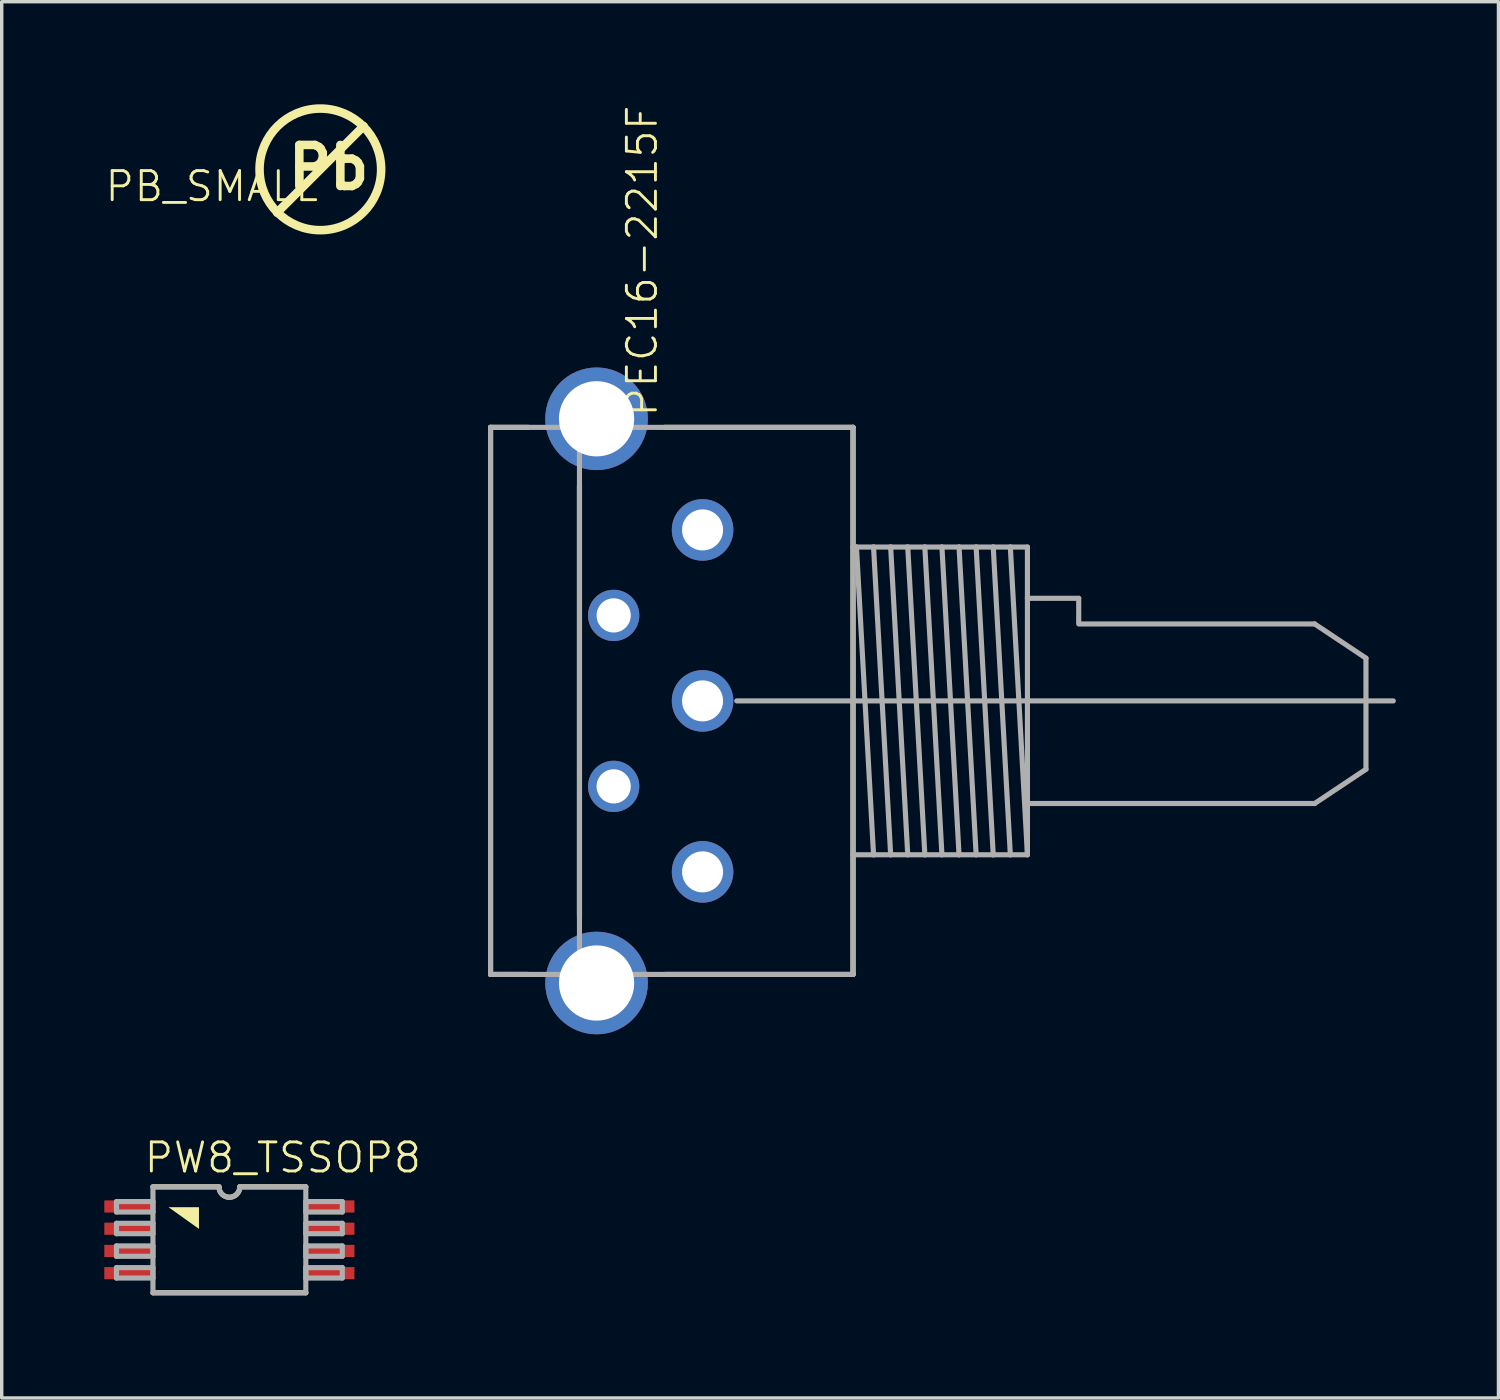
<source format=kicad_pcb>
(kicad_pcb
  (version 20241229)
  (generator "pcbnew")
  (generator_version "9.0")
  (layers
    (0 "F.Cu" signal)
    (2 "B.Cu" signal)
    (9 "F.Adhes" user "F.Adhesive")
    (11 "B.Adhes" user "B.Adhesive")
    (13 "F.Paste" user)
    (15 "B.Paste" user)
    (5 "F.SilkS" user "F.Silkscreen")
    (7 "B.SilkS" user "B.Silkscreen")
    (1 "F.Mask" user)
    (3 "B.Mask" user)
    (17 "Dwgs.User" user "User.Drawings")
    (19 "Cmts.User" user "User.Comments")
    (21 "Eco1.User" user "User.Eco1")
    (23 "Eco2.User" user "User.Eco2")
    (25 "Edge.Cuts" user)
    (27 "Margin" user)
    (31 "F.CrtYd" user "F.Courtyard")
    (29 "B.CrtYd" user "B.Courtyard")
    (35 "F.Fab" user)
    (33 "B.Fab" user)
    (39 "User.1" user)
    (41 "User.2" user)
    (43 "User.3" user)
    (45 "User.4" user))
  (footprint "PB_SMALL"
    (layer "F.Cu")
    (at 6.318 1.903)
    (property "Reference" "PB_SMALL" (at 0 0 0) (layer "F.SilkS") (effects (font (size 0.85 0.85) (thickness 0.085)) (justify right top)))
    (attr through_hole)
    (fp_line (start -1.265 1.265) (end 1.265 -1.265) (stroke (width 0.25) (type solid)) (layer "F.SilkS"))
    (fp_circle (center 0 0) (end 1.778 0) (stroke (width 0.25) (type solid)) (fill no) (layer "F.SilkS"))
    (fp_text user "Pb" (at -1.065 0.646 0) (layer "F.SilkS") (effects (font (size 1.2 1.2) (thickness 0.25)) (justify left bottom))))
  (footprint "PEC16-2215F"
    (layer "F.Cu")
    (at 17.496 17.447)
    (property "Reference" "PEC16-2215F" (at -1.27 -8.255 90) (layer "F.SilkS") (effects (font (size 0.85 0.85) (thickness 0.085)) (justify left bottom)))
    (attr through_hole)
    (fp_line (start -6.2 -8) (end -6.2 8) (stroke (width 0.15) (type solid)) (layer "F.SilkS"))
    (fp_line (start -6.2 -8) (end -5.1 -8) (stroke (width 0.15) (type solid)) (layer "F.SilkS"))
    (fp_line (start -6.2 8) (end -5.1 8) (stroke (width 0.15) (type solid)) (layer "F.SilkS"))
    (fp_line (start -3.6 -6.3) (end -3.6 6.3) (stroke (width 0.15) (type solid)) (layer "F.SilkS"))
    (fp_line (start -1.1 -8) (end 4.4 -8) (stroke (width 0.15) (type solid)) (layer "F.SilkS"))
    (fp_line (start -1.1 8) (end 4.4 8) (stroke (width 0.15) (type solid)) (layer "F.SilkS"))
    (fp_line (start 4.4 -8) (end 4.4 8) (stroke (width 0.15) (type solid)) (layer "F.SilkS"))
    (fp_line (start -6.2 -8) (end -6.2 8) (stroke (width 0.15) (type solid)) (layer "F.Fab"))
    (fp_line (start -6.2 -8) (end -3.6 -8) (stroke (width 0.15) (type solid)) (layer "F.Fab"))
    (fp_line (start -6.2 8) (end -3.6 8) (stroke (width 0.15) (type solid)) (layer "F.Fab"))
    (fp_line (start -3.6 -8) (end -3.6 8) (stroke (width 0.15) (type solid)) (layer "F.Fab"))
    (fp_line (start -3.6 -8) (end 4.4 -8) (stroke (width 0.15) (type solid)) (layer "F.Fab"))
    (fp_line (start -3.6 8) (end 4.4 8) (stroke (width 0.15) (type solid)) (layer "F.Fab"))
    (fp_line (start 1 0) (end 20.2 0) (stroke (width 0.15) (type solid)) (layer "F.Fab"))
    (fp_line (start 4.4 -8) (end 4.4 -4.5) (stroke (width 0.15) (type solid)) (layer "F.Fab"))
    (fp_line (start 4.4 -4.5) (end 4.4 4.5) (stroke (width 0.15) (type solid)) (layer "F.Fab"))
    (fp_line (start 4.4 -4.5) (end 4.5 -4.5) (stroke (width 0.15) (type solid)) (layer "F.Fab"))
    (fp_line (start 4.4 4.5) (end 4.4 8) (stroke (width 0.15) (type solid)) (layer "F.Fab"))
    (fp_line (start 4.4 4.5) (end 5 4.5) (stroke (width 0.15) (type solid)) (layer "F.Fab"))
    (fp_line (start 4.5 -4.5) (end 5 -4.5) (stroke (width 0.15) (type solid)) (layer "F.Fab"))
    (fp_line (start 4.5 -4.5) (end 5 4.5) (stroke (width 0.15) (type solid)) (layer "F.Fab"))
    (fp_line (start 5 -4.5) (end 5.5 -4.5) (stroke (width 0.15) (type solid)) (layer "F.Fab"))
    (fp_line (start 5 -4.5) (end 5.5 4.5) (stroke (width 0.15) (type solid)) (layer "F.Fab"))
    (fp_line (start 5 4.5) (end 5.5 4.5) (stroke (width 0.15) (type solid)) (layer "F.Fab"))
    (fp_line (start 5.5 -4.5) (end 6 -4.5) (stroke (width 0.15) (type solid)) (layer "F.Fab"))
    (fp_line (start 5.5 -4.5) (end 6 4.5) (stroke (width 0.15) (type solid)) (layer "F.Fab"))
    (fp_line (start 5.5 4.5) (end 6 4.5) (stroke (width 0.15) (type solid)) (layer "F.Fab"))
    (fp_line (start 6 -4.5) (end 6.5 -4.5) (stroke (width 0.15) (type solid)) (layer "F.Fab"))
    (fp_line (start 6 -4.5) (end 6.5 4.5) (stroke (width 0.15) (type solid)) (layer "F.Fab"))
    (fp_line (start 6 4.5) (end 6.5 4.5) (stroke (width 0.15) (type solid)) (layer "F.Fab"))
    (fp_line (start 6.5 -4.5) (end 7 -4.5) (stroke (width 0.15) (type solid)) (layer "F.Fab"))
    (fp_line (start 6.5 -4.5) (end 7 4.5) (stroke (width 0.15) (type solid)) (layer "F.Fab"))
    (fp_line (start 6.5 4.5) (end 7 4.5) (stroke (width 0.15) (type solid)) (layer "F.Fab"))
    (fp_line (start 7 -4.5) (end 7.5 -4.5) (stroke (width 0.15) (type solid)) (layer "F.Fab"))
    (fp_line (start 7 -4.5) (end 7.5 4.5) (stroke (width 0.15) (type solid)) (layer "F.Fab"))
    (fp_line (start 7 4.5) (end 7.5 4.5) (stroke (width 0.15) (type solid)) (layer "F.Fab"))
    (fp_line (start 7.5 -4.5) (end 8 -4.5) (stroke (width 0.15) (type solid)) (layer "F.Fab"))
    (fp_line (start 7.5 -4.5) (end 8 4.5) (stroke (width 0.15) (type solid)) (layer "F.Fab"))
    (fp_line (start 7.5 4.5) (end 8 4.5) (stroke (width 0.15) (type solid)) (layer "F.Fab"))
    (fp_line (start 8 -4.5) (end 8.5 -4.5) (stroke (width 0.15) (type solid)) (layer "F.Fab"))
    (fp_line (start 8 -4.5) (end 8.5 4.5) (stroke (width 0.15) (type solid)) (layer "F.Fab"))
    (fp_line (start 8 4.5) (end 8.5 4.5) (stroke (width 0.15) (type solid)) (layer "F.Fab"))
    (fp_line (start 8.5 -4.5) (end 9 -4.5) (stroke (width 0.15) (type solid)) (layer "F.Fab"))
    (fp_line (start 8.5 -4.5) (end 9 4.5) (stroke (width 0.15) (type solid)) (layer "F.Fab"))
    (fp_line (start 8.5 4.5) (end 9 4.5) (stroke (width 0.15) (type solid)) (layer "F.Fab"))
    (fp_line (start 9 -4.5) (end 9.5 -4.5) (stroke (width 0.15) (type solid)) (layer "F.Fab"))
    (fp_line (start 9 -4.5) (end 9.5 4.5) (stroke (width 0.15) (type solid)) (layer "F.Fab"))
    (fp_line (start 9 4.5) (end 9.5 4.5) (stroke (width 0.15) (type solid)) (layer "F.Fab"))
    (fp_line (start 9.5 -4.5) (end 9.5 -3) (stroke (width 0.15) (type solid)) (layer "F.Fab"))
    (fp_line (start 9.5 -3) (end 9.5 3) (stroke (width 0.15) (type solid)) (layer "F.Fab"))
    (fp_line (start 9.5 3) (end 9.5 4.5) (stroke (width 0.15) (type solid)) (layer "F.Fab"))
    (fp_line (start 11 -3) (end 9.5 -3) (stroke (width 0.15) (type solid)) (layer "F.Fab"))
    (fp_line (start 11 -2.3) (end 11 -3) (stroke (width 0.15) (type solid)) (layer "F.Fab"))
    (fp_line (start 17.9 -2.25) (end 11 -2.25) (stroke (width 0.15) (type solid)) (layer "F.Fab"))
    (fp_line (start 17.9 3) (end 9.5 3) (stroke (width 0.15) (type solid)) (layer "F.Fab"))
    (fp_line (start 19.4 -1.25) (end 17.9 -2.25) (stroke (width 0.15) (type solid)) (layer "F.Fab"))
    (fp_line (start 19.4 -1.25) (end 19.4 2) (stroke (width 0.15) (type solid)) (layer "F.Fab"))
    (fp_line (start 19.4 2) (end 17.9 3) (stroke (width 0.15) (type solid)) (layer "F.Fab"))
    (pad "A" thru_hole circle (at 0 -5) (size 1.8 1.8) (drill 1.2) (layers "*.Cu" "*.Mask"))
    (pad "B" thru_hole circle (at 0 0) (size 1.8 1.8) (drill 1.2) (layers "*.Cu" "*.Mask"))
    (pad "C" thru_hole circle (at 0 5) (size 1.8 1.8) (drill 1.2) (layers "*.Cu" "*.Mask"))
    (pad "D" thru_hole circle (at -2.6 2.5) (size 1.5 1.5) (drill 1) (layers "*.Cu" "*.Mask"))
    (pad "E" thru_hole circle (at -2.6 -2.5) (size 1.5 1.5) (drill 1) (layers "*.Cu" "*.Mask"))
    (pad "GND1" thru_hole circle (at -3.1 -8.25) (size 3 3) (drill 2.2) (layers "*.Cu" "*.Mask"))
    (pad "GND2" thru_hole circle (at -3.1 8.25) (size 3 3) (drill 2.2) (layers "*.Cu" "*.Mask")))
  (footprint "PW8_TSSOP8"
    (layer "F.Cu")
    (at 3.658 33.207)
    (property "Reference" "PW8_TSSOP8" (at -2.54 -1.905 0) (layer "F.SilkS") (effects (font (size 0.85 0.85) (thickness 0.085)) (justify left bottom)))
    (attr smd)
    (fp_line (start -2.235 1.549) (end 2.235 1.549) (stroke (width 0.15) (type solid)) (layer "F.SilkS"))
    (fp_line (start -0.305 -1.549) (end -2.235 -1.549) (stroke (width 0.15) (type solid)) (layer "F.SilkS"))
    (fp_line (start 2.235 -1.549) (end 0.305 -1.549) (stroke (width 0.15) (type solid)) (layer "F.SilkS"))
    (fp_arc (start 0.3048 -1.5494) (mid 0 -1.2446) (end -0.3048 -1.5494) (stroke (width 0.15) (type solid)) (layer "F.SilkS"))
    (fp_poly (pts (xy -1.778 -0.953) (xy -0.889 -0.953) (xy -0.889 -0.318)) (stroke (width 0) (type solid)) (fill yes) (layer "F.SilkS"))
    (fp_line (start -3.302 -1.118) (end -3.302 -0.813) (stroke (width 0.15) (type solid)) (layer "F.Fab"))
    (fp_line (start -3.302 -0.813) (end -2.235 -0.813) (stroke (width 0.15) (type solid)) (layer "F.Fab"))
    (fp_line (start -3.302 -0.483) (end -3.302 -0.178) (stroke (width 0.15) (type solid)) (layer "F.Fab"))
    (fp_line (start -3.302 -0.178) (end -2.235 -0.178) (stroke (width 0.15) (type solid)) (layer "F.Fab"))
    (fp_line (start -3.302 0.178) (end -3.302 0.483) (stroke (width 0.15) (type solid)) (layer "F.Fab"))
    (fp_line (start -3.302 0.483) (end -2.235 0.483) (stroke (width 0.15) (type solid)) (layer "F.Fab"))
    (fp_line (start -3.302 0.813) (end -3.302 1.118) (stroke (width 0.15) (type solid)) (layer "F.Fab"))
    (fp_line (start -3.302 1.118) (end -2.235 1.118) (stroke (width 0.15) (type solid)) (layer "F.Fab"))
    (fp_line (start -2.235 -1.549) (end -2.235 1.549) (stroke (width 0.15) (type solid)) (layer "F.Fab"))
    (fp_line (start -2.235 -1.118) (end -3.302 -1.118) (stroke (width 0.15) (type solid)) (layer "F.Fab"))
    (fp_line (start -2.235 -0.813) (end -2.235 -1.118) (stroke (width 0.15) (type solid)) (layer "F.Fab"))
    (fp_line (start -2.235 -0.483) (end -3.302 -0.483) (stroke (width 0.15) (type solid)) (layer "F.Fab"))
    (fp_line (start -2.235 -0.178) (end -2.235 -0.483) (stroke (width 0.15) (type solid)) (layer "F.Fab"))
    (fp_line (start -2.235 0.178) (end -3.302 0.178) (stroke (width 0.15) (type solid)) (layer "F.Fab"))
    (fp_line (start -2.235 0.483) (end -2.235 0.178) (stroke (width 0.15) (type solid)) (layer "F.Fab"))
    (fp_line (start -2.235 0.813) (end -3.302 0.813) (stroke (width 0.15) (type solid)) (layer "F.Fab"))
    (fp_line (start -2.235 1.118) (end -2.235 0.813) (stroke (width 0.15) (type solid)) (layer "F.Fab"))
    (fp_line (start -2.235 1.549) (end 2.235 1.549) (stroke (width 0.15) (type solid)) (layer "F.Fab"))
    (fp_line (start -0.305 -1.549) (end -2.235 -1.549) (stroke (width 0.15) (type solid)) (layer "F.Fab"))
    (fp_line (start 2.235 -1.549) (end 0.305 -1.549) (stroke (width 0.15) (type solid)) (layer "F.Fab"))
    (fp_line (start 2.235 -1.118) (end 2.235 -0.813) (stroke (width 0.15) (type solid)) (layer "F.Fab"))
    (fp_line (start 2.235 -0.813) (end 3.302 -0.813) (stroke (width 0.15) (type solid)) (layer "F.Fab"))
    (fp_line (start 2.235 -0.483) (end 2.235 -0.178) (stroke (width 0.15) (type solid)) (layer "F.Fab"))
    (fp_line (start 2.235 -0.178) (end 3.302 -0.178) (stroke (width 0.15) (type solid)) (layer "F.Fab"))
    (fp_line (start 2.235 0.178) (end 2.235 0.483) (stroke (width 0.15) (type solid)) (layer "F.Fab"))
    (fp_line (start 2.235 0.483) (end 3.302 0.483) (stroke (width 0.15) (type solid)) (layer "F.Fab"))
    (fp_line (start 2.235 0.813) (end 2.235 1.118) (stroke (width 0.15) (type solid)) (layer "F.Fab"))
    (fp_line (start 2.235 1.118) (end 3.302 1.118) (stroke (width 0.15) (type solid)) (layer "F.Fab"))
    (fp_line (start 2.235 1.549) (end 2.235 -1.549) (stroke (width 0.15) (type solid)) (layer "F.Fab"))
    (fp_line (start 3.302 -1.118) (end 2.235 -1.118) (stroke (width 0.15) (type solid)) (layer "F.Fab"))
    (fp_line (start 3.302 -0.813) (end 3.302 -1.118) (stroke (width 0.15) (type solid)) (layer "F.Fab"))
    (fp_line (start 3.302 -0.483) (end 2.235 -0.483) (stroke (width 0.15) (type solid)) (layer "F.Fab"))
    (fp_line (start 3.302 -0.178) (end 3.302 -0.483) (stroke (width 0.15) (type solid)) (layer "F.Fab"))
    (fp_line (start 3.302 0.178) (end 2.235 0.178) (stroke (width 0.15) (type solid)) (layer "F.Fab"))
    (fp_line (start 3.302 0.483) (end 3.302 0.178) (stroke (width 0.15) (type solid)) (layer "F.Fab"))
    (fp_line (start 3.302 0.813) (end 2.235 0.813) (stroke (width 0.15) (type solid)) (layer "F.Fab"))
    (fp_line (start 3.302 1.118) (end 3.302 0.813) (stroke (width 0.15) (type solid)) (layer "F.Fab"))
    (fp_arc (start 0.3048 -1.5494) (mid 0 -1.2446) (end -0.3048 -1.5494) (stroke (width 0.15) (type solid)) (layer "F.Fab"))
    (pad "1" smd rect (at -2.921 -0.975) (size 1.473 0.356) (layers "F.Cu" "F.Mask" "F.Paste"))
    (pad "2" smd rect (at -2.921 -0.325) (size 1.473 0.356) (layers "F.Cu" "F.Mask" "F.Paste"))
    (pad "3" smd rect (at -2.921 0.325) (size 1.473 0.356) (layers "F.Cu" "F.Mask" "F.Paste"))
    (pad "4" smd rect (at -2.921 0.975) (size 1.473 0.356) (layers "F.Cu" "F.Mask" "F.Paste"))
    (pad "5" smd rect (at 2.921 0.975) (size 1.473 0.356) (layers "F.Cu" "F.Mask" "F.Paste"))
    (pad "6" smd rect (at 2.921 0.325) (size 1.473 0.356) (layers "F.Cu" "F.Mask" "F.Paste"))
    (pad "7" smd rect (at 2.921 -0.325) (size 1.473 0.356) (layers "F.Cu" "F.Mask" "F.Paste"))
    (pad "8" smd rect (at 2.921 -0.975) (size 1.473 0.356) (layers "F.Cu" "F.Mask" "F.Paste")))
  (gr_rect
    (start -3 -3)
    (end 40.771 37.832)
    (stroke (width 0.1) (type default))
    (fill no)
    (layer "Edge.Cuts")))
</source>
